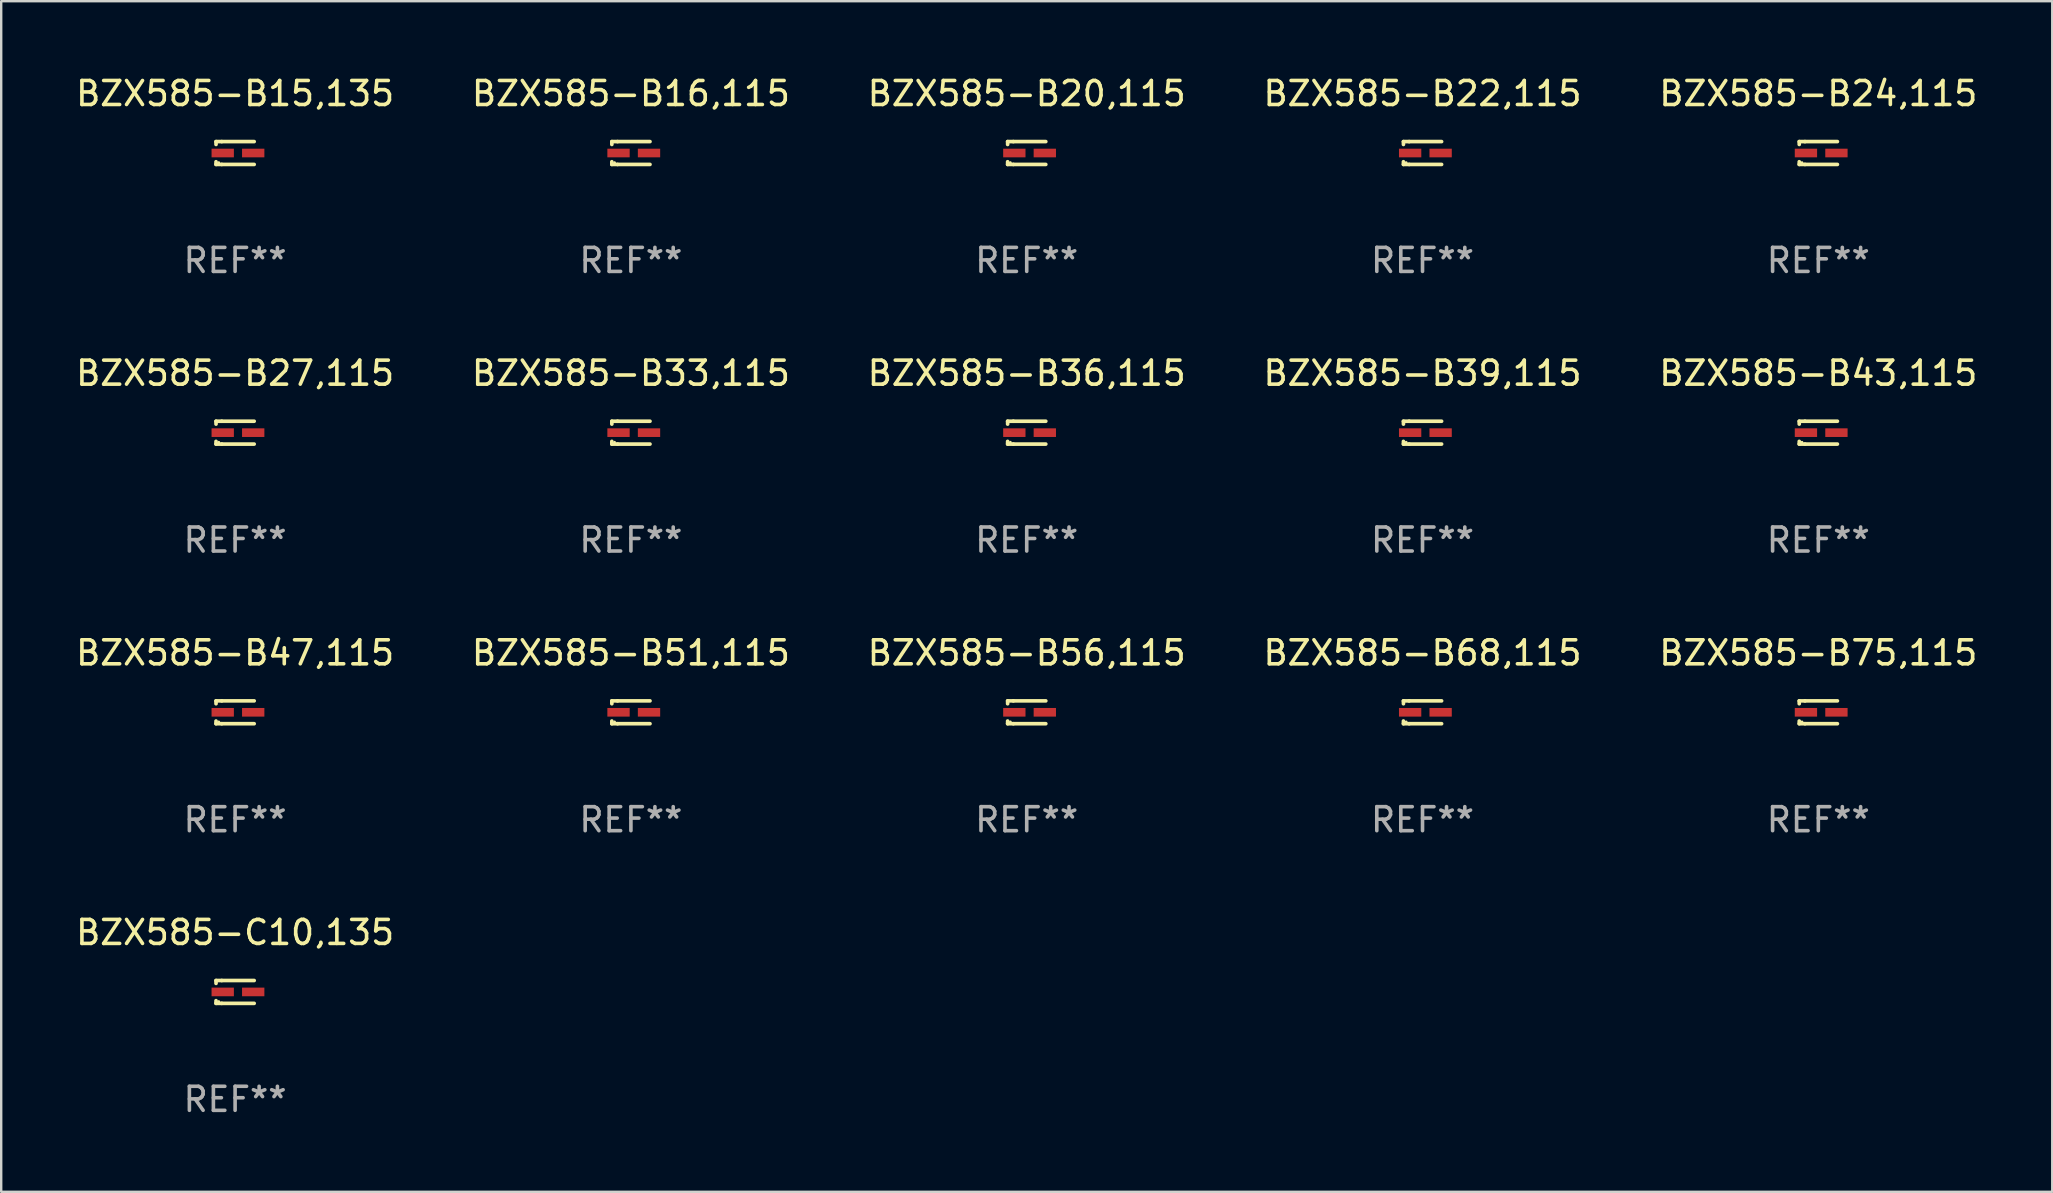
<source format=kicad_pcb>
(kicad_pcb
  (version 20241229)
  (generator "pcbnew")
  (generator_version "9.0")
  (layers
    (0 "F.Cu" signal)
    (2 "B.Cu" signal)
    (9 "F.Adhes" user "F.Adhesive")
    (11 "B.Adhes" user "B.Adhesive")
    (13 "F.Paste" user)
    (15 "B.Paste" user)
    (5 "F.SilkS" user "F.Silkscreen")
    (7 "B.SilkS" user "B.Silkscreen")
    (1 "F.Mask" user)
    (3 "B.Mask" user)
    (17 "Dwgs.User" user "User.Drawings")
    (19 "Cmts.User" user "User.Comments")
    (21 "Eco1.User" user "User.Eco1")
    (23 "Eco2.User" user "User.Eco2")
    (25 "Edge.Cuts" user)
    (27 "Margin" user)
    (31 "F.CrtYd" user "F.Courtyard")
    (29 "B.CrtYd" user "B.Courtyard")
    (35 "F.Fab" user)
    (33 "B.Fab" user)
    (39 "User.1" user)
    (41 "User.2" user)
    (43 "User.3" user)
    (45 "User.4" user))
  (footprint "BZX585-B24,115"
    (layer "F.Cu")
    (at 72.696 3.324)
    (property "Reference" "BZX585-B24,115" (at 0 -2.476 0) (layer "F.SilkS") (effects (font (size 1 1) (thickness 0.15))))
    (attr through_hole)
    (fp_line (start -0.795 -0.476) (end -0.795 -0.356) (stroke (width 0.152) (type solid)) (layer "F.SilkS"))
    (fp_line (start -0.795 0.363) (end -0.795 0.476) (stroke (width 0.152) (type solid)) (layer "F.SilkS"))
    (fp_line (start -0.795 0.476) (end -0.557 0.476) (stroke (width 0.152) (type solid)) (layer "F.SilkS"))
    (fp_line (start -0.557 -0.476) (end -0.795 -0.476) (stroke (width 0.152) (type solid)) (layer "F.SilkS"))
    (fp_line (start -0.557 -0.476) (end 0.795 -0.476) (stroke (width 0.152) (type solid)) (layer "F.SilkS"))
    (fp_line (start -0.557 0.476) (end 0.795 0.476) (stroke (width 0.152) (type solid)) (layer "F.SilkS"))
    (fp_circle (center -0.681 0.4) (end -0.651 0.4) (stroke (width 0.06) (type solid)) (fill no) (layer "F.SilkS"))
    (fp_text user "REF**" (at 0 4.476 0) (layer "F.Fab") (effects (font (size 1 1) (thickness 0.15))))
    (pad "1" smd rect (at -0.516 0 180) (size 0.93 0.36) (layers "F.Cu" "F.Mask" "F.Paste"))
    (pad "2" smd rect (at 0.754 0 180) (size 0.93 0.36) (layers "F.Cu" "F.Mask" "F.Paste")))
  (footprint "BZX585-B36,115"
    (layer "F.Cu")
    (at 39.72 14.973)
    (property "Reference" "BZX585-B36,115" (at 0 -2.476 0) (layer "F.SilkS") (effects (font (size 1 1) (thickness 0.15))))
    (attr through_hole)
    (fp_line (start -0.795 -0.476) (end -0.795 -0.356) (stroke (width 0.152) (type solid)) (layer "F.SilkS"))
    (fp_line (start -0.795 0.363) (end -0.795 0.476) (stroke (width 0.152) (type solid)) (layer "F.SilkS"))
    (fp_line (start -0.795 0.476) (end -0.557 0.476) (stroke (width 0.152) (type solid)) (layer "F.SilkS"))
    (fp_line (start -0.557 -0.476) (end -0.795 -0.476) (stroke (width 0.152) (type solid)) (layer "F.SilkS"))
    (fp_line (start -0.557 -0.476) (end 0.795 -0.476) (stroke (width 0.152) (type solid)) (layer "F.SilkS"))
    (fp_line (start -0.557 0.476) (end 0.795 0.476) (stroke (width 0.152) (type solid)) (layer "F.SilkS"))
    (fp_circle (center -0.681 0.4) (end -0.651 0.4) (stroke (width 0.06) (type solid)) (fill no) (layer "F.SilkS"))
    (fp_text user "REF**" (at 0 4.476 0) (layer "F.Fab") (effects (font (size 1 1) (thickness 0.15))))
    (pad "1" smd rect (at -0.516 0 180) (size 0.93 0.36) (layers "F.Cu" "F.Mask" "F.Paste"))
    (pad "2" smd rect (at 0.754 0 180) (size 0.93 0.36) (layers "F.Cu" "F.Mask" "F.Paste")))
  (footprint "BZX585-B33,115"
    (layer "F.Cu")
    (at 23.232 14.973)
    (property "Reference" "BZX585-B33,115" (at 0 -2.476 0) (layer "F.SilkS") (effects (font (size 1 1) (thickness 0.15))))
    (attr through_hole)
    (fp_line (start -0.795 -0.476) (end -0.795 -0.356) (stroke (width 0.152) (type solid)) (layer "F.SilkS"))
    (fp_line (start -0.795 0.363) (end -0.795 0.476) (stroke (width 0.152) (type solid)) (layer "F.SilkS"))
    (fp_line (start -0.795 0.476) (end -0.557 0.476) (stroke (width 0.152) (type solid)) (layer "F.SilkS"))
    (fp_line (start -0.557 -0.476) (end -0.795 -0.476) (stroke (width 0.152) (type solid)) (layer "F.SilkS"))
    (fp_line (start -0.557 -0.476) (end 0.795 -0.476) (stroke (width 0.152) (type solid)) (layer "F.SilkS"))
    (fp_line (start -0.557 0.476) (end 0.795 0.476) (stroke (width 0.152) (type solid)) (layer "F.SilkS"))
    (fp_circle (center -0.681 0.4) (end -0.651 0.4) (stroke (width 0.06) (type solid)) (fill no) (layer "F.SilkS"))
    (fp_text user "REF**" (at 0 4.476 0) (layer "F.Fab") (effects (font (size 1 1) (thickness 0.15))))
    (pad "1" smd rect (at -0.516 0 180) (size 0.93 0.36) (layers "F.Cu" "F.Mask" "F.Paste"))
    (pad "2" smd rect (at 0.754 0 180) (size 0.93 0.36) (layers "F.Cu" "F.Mask" "F.Paste")))
  (footprint "BZX585-B75,115"
    (layer "F.Cu")
    (at 72.696 26.622)
    (property "Reference" "BZX585-B75,115" (at 0 -2.476 0) (layer "F.SilkS") (effects (font (size 1 1) (thickness 0.15))))
    (attr through_hole)
    (fp_line (start -0.795 -0.476) (end -0.795 -0.356) (stroke (width 0.152) (type solid)) (layer "F.SilkS"))
    (fp_line (start -0.795 0.363) (end -0.795 0.476) (stroke (width 0.152) (type solid)) (layer "F.SilkS"))
    (fp_line (start -0.795 0.476) (end -0.557 0.476) (stroke (width 0.152) (type solid)) (layer "F.SilkS"))
    (fp_line (start -0.557 -0.476) (end -0.795 -0.476) (stroke (width 0.152) (type solid)) (layer "F.SilkS"))
    (fp_line (start -0.557 -0.476) (end 0.795 -0.476) (stroke (width 0.152) (type solid)) (layer "F.SilkS"))
    (fp_line (start -0.557 0.476) (end 0.795 0.476) (stroke (width 0.152) (type solid)) (layer "F.SilkS"))
    (fp_circle (center -0.681 0.4) (end -0.651 0.4) (stroke (width 0.06) (type solid)) (fill no) (layer "F.SilkS"))
    (fp_text user "REF**" (at 0 4.476 0) (layer "F.Fab") (effects (font (size 1 1) (thickness 0.15))))
    (pad "1" smd rect (at -0.516 0 180) (size 0.93 0.36) (layers "F.Cu" "F.Mask" "F.Paste"))
    (pad "2" smd rect (at 0.754 0 180) (size 0.93 0.36) (layers "F.Cu" "F.Mask" "F.Paste")))
  (footprint "BZX585-B15,135"
    (layer "F.Cu")
    (at 6.744 3.324)
    (property "Reference" "BZX585-B15,135" (at 0 -2.476 0) (layer "F.SilkS") (effects (font (size 1 1) (thickness 0.15))))
    (attr through_hole)
    (fp_line (start -0.795 -0.476) (end -0.795 -0.356) (stroke (width 0.152) (type solid)) (layer "F.SilkS"))
    (fp_line (start -0.795 0.363) (end -0.795 0.476) (stroke (width 0.152) (type solid)) (layer "F.SilkS"))
    (fp_line (start -0.795 0.476) (end -0.557 0.476) (stroke (width 0.152) (type solid)) (layer "F.SilkS"))
    (fp_line (start -0.557 -0.476) (end -0.795 -0.476) (stroke (width 0.152) (type solid)) (layer "F.SilkS"))
    (fp_line (start -0.557 -0.476) (end 0.795 -0.476) (stroke (width 0.152) (type solid)) (layer "F.SilkS"))
    (fp_line (start -0.557 0.476) (end 0.795 0.476) (stroke (width 0.152) (type solid)) (layer "F.SilkS"))
    (fp_circle (center -0.681 0.4) (end -0.651 0.4) (stroke (width 0.06) (type solid)) (fill no) (layer "F.SilkS"))
    (fp_text user "REF**" (at 0 4.476 0) (layer "F.Fab") (effects (font (size 1 1) (thickness 0.15))))
    (pad "1" smd rect (at -0.516 0 180) (size 0.93 0.36) (layers "F.Cu" "F.Mask" "F.Paste"))
    (pad "2" smd rect (at 0.754 0 180) (size 0.93 0.36) (layers "F.Cu" "F.Mask" "F.Paste")))
  (footprint "BZX585-B39,115"
    (layer "F.Cu")
    (at 56.208 14.973)
    (property "Reference" "BZX585-B39,115" (at 0 -2.476 0) (layer "F.SilkS") (effects (font (size 1 1) (thickness 0.15))))
    (attr through_hole)
    (fp_line (start -0.795 -0.476) (end -0.795 -0.356) (stroke (width 0.152) (type solid)) (layer "F.SilkS"))
    (fp_line (start -0.795 0.363) (end -0.795 0.476) (stroke (width 0.152) (type solid)) (layer "F.SilkS"))
    (fp_line (start -0.795 0.476) (end -0.557 0.476) (stroke (width 0.152) (type solid)) (layer "F.SilkS"))
    (fp_line (start -0.557 -0.476) (end -0.795 -0.476) (stroke (width 0.152) (type solid)) (layer "F.SilkS"))
    (fp_line (start -0.557 -0.476) (end 0.795 -0.476) (stroke (width 0.152) (type solid)) (layer "F.SilkS"))
    (fp_line (start -0.557 0.476) (end 0.795 0.476) (stroke (width 0.152) (type solid)) (layer "F.SilkS"))
    (fp_circle (center -0.681 0.4) (end -0.651 0.4) (stroke (width 0.06) (type solid)) (fill no) (layer "F.SilkS"))
    (fp_text user "REF**" (at 0 4.476 0) (layer "F.Fab") (effects (font (size 1 1) (thickness 0.15))))
    (pad "1" smd rect (at -0.516 0 180) (size 0.93 0.36) (layers "F.Cu" "F.Mask" "F.Paste"))
    (pad "2" smd rect (at 0.754 0 180) (size 0.93 0.36) (layers "F.Cu" "F.Mask" "F.Paste")))
  (footprint "BZX585-B20,115"
    (layer "F.Cu")
    (at 39.72 3.324)
    (property "Reference" "BZX585-B20,115" (at 0 -2.476 0) (layer "F.SilkS") (effects (font (size 1 1) (thickness 0.15))))
    (attr through_hole)
    (fp_line (start -0.795 -0.476) (end -0.795 -0.356) (stroke (width 0.152) (type solid)) (layer "F.SilkS"))
    (fp_line (start -0.795 0.363) (end -0.795 0.476) (stroke (width 0.152) (type solid)) (layer "F.SilkS"))
    (fp_line (start -0.795 0.476) (end -0.557 0.476) (stroke (width 0.152) (type solid)) (layer "F.SilkS"))
    (fp_line (start -0.557 -0.476) (end -0.795 -0.476) (stroke (width 0.152) (type solid)) (layer "F.SilkS"))
    (fp_line (start -0.557 -0.476) (end 0.795 -0.476) (stroke (width 0.152) (type solid)) (layer "F.SilkS"))
    (fp_line (start -0.557 0.476) (end 0.795 0.476) (stroke (width 0.152) (type solid)) (layer "F.SilkS"))
    (fp_circle (center -0.681 0.4) (end -0.651 0.4) (stroke (width 0.06) (type solid)) (fill no) (layer "F.SilkS"))
    (fp_text user "REF**" (at 0 4.476 0) (layer "F.Fab") (effects (font (size 1 1) (thickness 0.15))))
    (pad "1" smd rect (at -0.516 0 180) (size 0.93 0.36) (layers "F.Cu" "F.Mask" "F.Paste"))
    (pad "2" smd rect (at 0.754 0 180) (size 0.93 0.36) (layers "F.Cu" "F.Mask" "F.Paste")))
  (footprint "BZX585-C10,135"
    (layer "F.Cu")
    (at 6.744 38.271)
    (property "Reference" "BZX585-C10,135" (at 0 -2.476 0) (layer "F.SilkS") (effects (font (size 1 1) (thickness 0.15))))
    (attr through_hole)
    (fp_line (start -0.795 -0.476) (end -0.795 -0.356) (stroke (width 0.152) (type solid)) (layer "F.SilkS"))
    (fp_line (start -0.795 0.363) (end -0.795 0.476) (stroke (width 0.152) (type solid)) (layer "F.SilkS"))
    (fp_line (start -0.795 0.476) (end -0.557 0.476) (stroke (width 0.152) (type solid)) (layer "F.SilkS"))
    (fp_line (start -0.557 -0.476) (end -0.795 -0.476) (stroke (width 0.152) (type solid)) (layer "F.SilkS"))
    (fp_line (start -0.557 -0.476) (end 0.795 -0.476) (stroke (width 0.152) (type solid)) (layer "F.SilkS"))
    (fp_line (start -0.557 0.476) (end 0.795 0.476) (stroke (width 0.152) (type solid)) (layer "F.SilkS"))
    (fp_circle (center -0.681 0.4) (end -0.651 0.4) (stroke (width 0.06) (type solid)) (fill no) (layer "F.SilkS"))
    (fp_text user "REF**" (at 0 4.476 0) (layer "F.Fab") (effects (font (size 1 1) (thickness 0.15))))
    (pad "1" smd rect (at -0.516 0 180) (size 0.93 0.36) (layers "F.Cu" "F.Mask" "F.Paste"))
    (pad "2" smd rect (at 0.754 0 180) (size 0.93 0.36) (layers "F.Cu" "F.Mask" "F.Paste")))
  (footprint "BZX585-B47,115"
    (layer "F.Cu")
    (at 6.744 26.622)
    (property "Reference" "BZX585-B47,115" (at 0 -2.476 0) (layer "F.SilkS") (effects (font (size 1 1) (thickness 0.15))))
    (attr through_hole)
    (fp_line (start -0.795 -0.476) (end -0.795 -0.356) (stroke (width 0.152) (type solid)) (layer "F.SilkS"))
    (fp_line (start -0.795 0.363) (end -0.795 0.476) (stroke (width 0.152) (type solid)) (layer "F.SilkS"))
    (fp_line (start -0.795 0.476) (end -0.557 0.476) (stroke (width 0.152) (type solid)) (layer "F.SilkS"))
    (fp_line (start -0.557 -0.476) (end -0.795 -0.476) (stroke (width 0.152) (type solid)) (layer "F.SilkS"))
    (fp_line (start -0.557 -0.476) (end 0.795 -0.476) (stroke (width 0.152) (type solid)) (layer "F.SilkS"))
    (fp_line (start -0.557 0.476) (end 0.795 0.476) (stroke (width 0.152) (type solid)) (layer "F.SilkS"))
    (fp_circle (center -0.681 0.4) (end -0.651 0.4) (stroke (width 0.06) (type solid)) (fill no) (layer "F.SilkS"))
    (fp_text user "REF**" (at 0 4.476 0) (layer "F.Fab") (effects (font (size 1 1) (thickness 0.15))))
    (pad "1" smd rect (at -0.516 0 180) (size 0.93 0.36) (layers "F.Cu" "F.Mask" "F.Paste"))
    (pad "2" smd rect (at 0.754 0 180) (size 0.93 0.36) (layers "F.Cu" "F.Mask" "F.Paste")))
  (footprint "BZX585-B27,115"
    (layer "F.Cu")
    (at 6.744 14.973)
    (property "Reference" "BZX585-B27,115" (at 0 -2.476 0) (layer "F.SilkS") (effects (font (size 1 1) (thickness 0.15))))
    (attr through_hole)
    (fp_line (start -0.795 -0.476) (end -0.795 -0.356) (stroke (width 0.152) (type solid)) (layer "F.SilkS"))
    (fp_line (start -0.795 0.363) (end -0.795 0.476) (stroke (width 0.152) (type solid)) (layer "F.SilkS"))
    (fp_line (start -0.795 0.476) (end -0.557 0.476) (stroke (width 0.152) (type solid)) (layer "F.SilkS"))
    (fp_line (start -0.557 -0.476) (end -0.795 -0.476) (stroke (width 0.152) (type solid)) (layer "F.SilkS"))
    (fp_line (start -0.557 -0.476) (end 0.795 -0.476) (stroke (width 0.152) (type solid)) (layer "F.SilkS"))
    (fp_line (start -0.557 0.476) (end 0.795 0.476) (stroke (width 0.152) (type solid)) (layer "F.SilkS"))
    (fp_circle (center -0.681 0.4) (end -0.651 0.4) (stroke (width 0.06) (type solid)) (fill no) (layer "F.SilkS"))
    (fp_text user "REF**" (at 0 4.476 0) (layer "F.Fab") (effects (font (size 1 1) (thickness 0.15))))
    (pad "1" smd rect (at -0.516 0 180) (size 0.93 0.36) (layers "F.Cu" "F.Mask" "F.Paste"))
    (pad "2" smd rect (at 0.754 0 180) (size 0.93 0.36) (layers "F.Cu" "F.Mask" "F.Paste")))
  (footprint "BZX585-B22,115"
    (layer "F.Cu")
    (at 56.208 3.324)
    (property "Reference" "BZX585-B22,115" (at 0 -2.476 0) (layer "F.SilkS") (effects (font (size 1 1) (thickness 0.15))))
    (attr through_hole)
    (fp_line (start -0.795 -0.476) (end -0.795 -0.356) (stroke (width 0.152) (type solid)) (layer "F.SilkS"))
    (fp_line (start -0.795 0.363) (end -0.795 0.476) (stroke (width 0.152) (type solid)) (layer "F.SilkS"))
    (fp_line (start -0.795 0.476) (end -0.557 0.476) (stroke (width 0.152) (type solid)) (layer "F.SilkS"))
    (fp_line (start -0.557 -0.476) (end -0.795 -0.476) (stroke (width 0.152) (type solid)) (layer "F.SilkS"))
    (fp_line (start -0.557 -0.476) (end 0.795 -0.476) (stroke (width 0.152) (type solid)) (layer "F.SilkS"))
    (fp_line (start -0.557 0.476) (end 0.795 0.476) (stroke (width 0.152) (type solid)) (layer "F.SilkS"))
    (fp_circle (center -0.681 0.4) (end -0.651 0.4) (stroke (width 0.06) (type solid)) (fill no) (layer "F.SilkS"))
    (fp_text user "REF**" (at 0 4.476 0) (layer "F.Fab") (effects (font (size 1 1) (thickness 0.15))))
    (pad "1" smd rect (at -0.516 0 180) (size 0.93 0.36) (layers "F.Cu" "F.Mask" "F.Paste"))
    (pad "2" smd rect (at 0.754 0 180) (size 0.93 0.36) (layers "F.Cu" "F.Mask" "F.Paste")))
  (footprint "BZX585-B16,115"
    (layer "F.Cu")
    (at 23.232 3.324)
    (property "Reference" "BZX585-B16,115" (at 0 -2.476 0) (layer "F.SilkS") (effects (font (size 1 1) (thickness 0.15))))
    (attr through_hole)
    (fp_line (start -0.795 -0.476) (end -0.795 -0.356) (stroke (width 0.152) (type solid)) (layer "F.SilkS"))
    (fp_line (start -0.795 0.363) (end -0.795 0.476) (stroke (width 0.152) (type solid)) (layer "F.SilkS"))
    (fp_line (start -0.795 0.476) (end -0.557 0.476) (stroke (width 0.152) (type solid)) (layer "F.SilkS"))
    (fp_line (start -0.557 -0.476) (end -0.795 -0.476) (stroke (width 0.152) (type solid)) (layer "F.SilkS"))
    (fp_line (start -0.557 -0.476) (end 0.795 -0.476) (stroke (width 0.152) (type solid)) (layer "F.SilkS"))
    (fp_line (start -0.557 0.476) (end 0.795 0.476) (stroke (width 0.152) (type solid)) (layer "F.SilkS"))
    (fp_circle (center -0.681 0.4) (end -0.651 0.4) (stroke (width 0.06) (type solid)) (fill no) (layer "F.SilkS"))
    (fp_text user "REF**" (at 0 4.476 0) (layer "F.Fab") (effects (font (size 1 1) (thickness 0.15))))
    (pad "1" smd rect (at -0.516 0 180) (size 0.93 0.36) (layers "F.Cu" "F.Mask" "F.Paste"))
    (pad "2" smd rect (at 0.754 0 180) (size 0.93 0.36) (layers "F.Cu" "F.Mask" "F.Paste")))
  (footprint "BZX585-B51,115"
    (layer "F.Cu")
    (at 23.232 26.622)
    (property "Reference" "BZX585-B51,115" (at 0 -2.476 0) (layer "F.SilkS") (effects (font (size 1 1) (thickness 0.15))))
    (attr through_hole)
    (fp_line (start -0.795 -0.476) (end -0.795 -0.356) (stroke (width 0.152) (type solid)) (layer "F.SilkS"))
    (fp_line (start -0.795 0.363) (end -0.795 0.476) (stroke (width 0.152) (type solid)) (layer "F.SilkS"))
    (fp_line (start -0.795 0.476) (end -0.557 0.476) (stroke (width 0.152) (type solid)) (layer "F.SilkS"))
    (fp_line (start -0.557 -0.476) (end -0.795 -0.476) (stroke (width 0.152) (type solid)) (layer "F.SilkS"))
    (fp_line (start -0.557 -0.476) (end 0.795 -0.476) (stroke (width 0.152) (type solid)) (layer "F.SilkS"))
    (fp_line (start -0.557 0.476) (end 0.795 0.476) (stroke (width 0.152) (type solid)) (layer "F.SilkS"))
    (fp_circle (center -0.681 0.4) (end -0.651 0.4) (stroke (width 0.06) (type solid)) (fill no) (layer "F.SilkS"))
    (fp_text user "REF**" (at 0 4.476 0) (layer "F.Fab") (effects (font (size 1 1) (thickness 0.15))))
    (pad "1" smd rect (at -0.516 0 180) (size 0.93 0.36) (layers "F.Cu" "F.Mask" "F.Paste"))
    (pad "2" smd rect (at 0.754 0 180) (size 0.93 0.36) (layers "F.Cu" "F.Mask" "F.Paste")))
  (footprint "BZX585-B43,115"
    (layer "F.Cu")
    (at 72.696 14.973)
    (property "Reference" "BZX585-B43,115" (at 0 -2.476 0) (layer "F.SilkS") (effects (font (size 1 1) (thickness 0.15))))
    (attr through_hole)
    (fp_line (start -0.795 -0.476) (end -0.795 -0.356) (stroke (width 0.152) (type solid)) (layer "F.SilkS"))
    (fp_line (start -0.795 0.363) (end -0.795 0.476) (stroke (width 0.152) (type solid)) (layer "F.SilkS"))
    (fp_line (start -0.795 0.476) (end -0.557 0.476) (stroke (width 0.152) (type solid)) (layer "F.SilkS"))
    (fp_line (start -0.557 -0.476) (end -0.795 -0.476) (stroke (width 0.152) (type solid)) (layer "F.SilkS"))
    (fp_line (start -0.557 -0.476) (end 0.795 -0.476) (stroke (width 0.152) (type solid)) (layer "F.SilkS"))
    (fp_line (start -0.557 0.476) (end 0.795 0.476) (stroke (width 0.152) (type solid)) (layer "F.SilkS"))
    (fp_circle (center -0.681 0.4) (end -0.651 0.4) (stroke (width 0.06) (type solid)) (fill no) (layer "F.SilkS"))
    (fp_text user "REF**" (at 0 4.476 0) (layer "F.Fab") (effects (font (size 1 1) (thickness 0.15))))
    (pad "1" smd rect (at -0.516 0 180) (size 0.93 0.36) (layers "F.Cu" "F.Mask" "F.Paste"))
    (pad "2" smd rect (at 0.754 0 180) (size 0.93 0.36) (layers "F.Cu" "F.Mask" "F.Paste")))
  (footprint "BZX585-B68,115"
    (layer "F.Cu")
    (at 56.208 26.622)
    (property "Reference" "BZX585-B68,115" (at 0 -2.476 0) (layer "F.SilkS") (effects (font (size 1 1) (thickness 0.15))))
    (attr through_hole)
    (fp_line (start -0.795 -0.476) (end -0.795 -0.356) (stroke (width 0.152) (type solid)) (layer "F.SilkS"))
    (fp_line (start -0.795 0.363) (end -0.795 0.476) (stroke (width 0.152) (type solid)) (layer "F.SilkS"))
    (fp_line (start -0.795 0.476) (end -0.557 0.476) (stroke (width 0.152) (type solid)) (layer "F.SilkS"))
    (fp_line (start -0.557 -0.476) (end -0.795 -0.476) (stroke (width 0.152) (type solid)) (layer "F.SilkS"))
    (fp_line (start -0.557 -0.476) (end 0.795 -0.476) (stroke (width 0.152) (type solid)) (layer "F.SilkS"))
    (fp_line (start -0.557 0.476) (end 0.795 0.476) (stroke (width 0.152) (type solid)) (layer "F.SilkS"))
    (fp_circle (center -0.681 0.4) (end -0.651 0.4) (stroke (width 0.06) (type solid)) (fill no) (layer "F.SilkS"))
    (fp_text user "REF**" (at 0 4.476 0) (layer "F.Fab") (effects (font (size 1 1) (thickness 0.15))))
    (pad "1" smd rect (at -0.516 0 180) (size 0.93 0.36) (layers "F.Cu" "F.Mask" "F.Paste"))
    (pad "2" smd rect (at 0.754 0 180) (size 0.93 0.36) (layers "F.Cu" "F.Mask" "F.Paste")))
  (footprint "BZX585-B56,115"
    (layer "F.Cu")
    (at 39.72 26.622)
    (property "Reference" "BZX585-B56,115" (at 0 -2.476 0) (layer "F.SilkS") (effects (font (size 1 1) (thickness 0.15))))
    (attr through_hole)
    (fp_line (start -0.795 -0.476) (end -0.795 -0.356) (stroke (width 0.152) (type solid)) (layer "F.SilkS"))
    (fp_line (start -0.795 0.363) (end -0.795 0.476) (stroke (width 0.152) (type solid)) (layer "F.SilkS"))
    (fp_line (start -0.795 0.476) (end -0.557 0.476) (stroke (width 0.152) (type solid)) (layer "F.SilkS"))
    (fp_line (start -0.557 -0.476) (end -0.795 -0.476) (stroke (width 0.152) (type solid)) (layer "F.SilkS"))
    (fp_line (start -0.557 -0.476) (end 0.795 -0.476) (stroke (width 0.152) (type solid)) (layer "F.SilkS"))
    (fp_line (start -0.557 0.476) (end 0.795 0.476) (stroke (width 0.152) (type solid)) (layer "F.SilkS"))
    (fp_circle (center -0.681 0.4) (end -0.651 0.4) (stroke (width 0.06) (type solid)) (fill no) (layer "F.SilkS"))
    (fp_text user "REF**" (at 0 4.476 0) (layer "F.Fab") (effects (font (size 1 1) (thickness 0.15))))
    (pad "1" smd rect (at -0.516 0 180) (size 0.93 0.36) (layers "F.Cu" "F.Mask" "F.Paste"))
    (pad "2" smd rect (at 0.754 0 180) (size 0.93 0.36) (layers "F.Cu" "F.Mask" "F.Paste")))
  (gr_rect
    (start -3 -3)
    (end 82.44 46.596)
    (stroke (width 0.1) (type default))
    (fill no)
    (layer "Edge.Cuts")))
</source>
